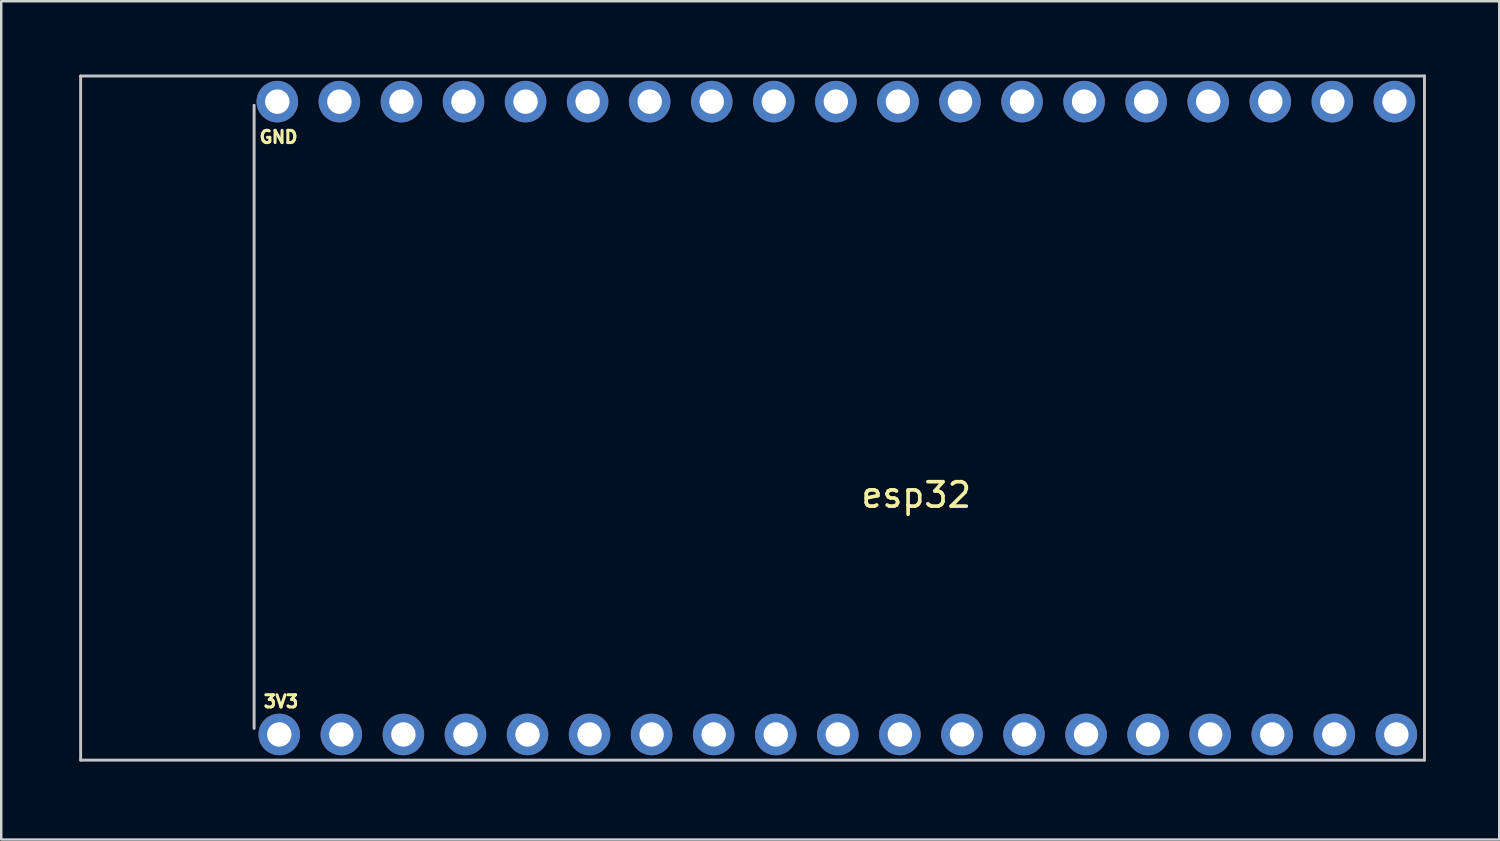
<source format=kicad_pcb>
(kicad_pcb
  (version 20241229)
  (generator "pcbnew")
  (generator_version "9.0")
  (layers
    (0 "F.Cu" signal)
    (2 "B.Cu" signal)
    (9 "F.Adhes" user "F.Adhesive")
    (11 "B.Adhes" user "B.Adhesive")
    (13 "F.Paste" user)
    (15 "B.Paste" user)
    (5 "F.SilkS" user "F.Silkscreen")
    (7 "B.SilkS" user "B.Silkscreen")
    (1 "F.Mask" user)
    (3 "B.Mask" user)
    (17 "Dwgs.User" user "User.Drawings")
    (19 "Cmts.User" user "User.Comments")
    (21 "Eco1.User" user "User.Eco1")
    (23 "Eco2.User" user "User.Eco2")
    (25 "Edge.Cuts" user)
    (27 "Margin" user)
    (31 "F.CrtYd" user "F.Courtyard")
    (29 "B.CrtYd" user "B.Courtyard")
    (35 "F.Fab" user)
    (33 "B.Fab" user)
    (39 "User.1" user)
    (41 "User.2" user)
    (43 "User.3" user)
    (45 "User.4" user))
  (footprint "esp32"
    (layer "F.Cu")
    (at 0.25 28.06)
    (property "Reference" "esp32" (at 34.2 -10.85 0) (layer "F.SilkS") (effects (font (size 1 1) (thickness 0.15))))
    (attr through_hole)
    (fp_line (start 0 -28) (end 0 0) (stroke (width 0.12) (type solid)) (layer "Dwgs.User"))
    (fp_line (start 0 0) (end 55 0) (stroke (width 0.12) (type solid)) (layer "Dwgs.User"))
    (fp_line (start 7.1 -26.8) (end 7.1 -1.3) (stroke (width 0.12) (type solid)) (layer "Dwgs.User"))
    (fp_line (start 55 -28) (end 0 -28) (stroke (width 0.12) (type solid)) (layer "Dwgs.User"))
    (fp_line (start 55 0) (end 55 -28) (stroke (width 0.12) (type solid)) (layer "Dwgs.User"))
    (fp_text user "3V3" (at 8.2 -2.4 0) (layer "F.SilkS") (effects (font (size 0.5 0.5) (thickness 0.125))))
    (fp_text user "GND" (at 8.1 -25.5 0) (layer "F.SilkS") (effects (font (size 0.5 0.5) (thickness 0.125))))
    (pad "1" thru_hole circle (at 8.13 -1.05) (size 1.7 1.7) (drill 1) (layers "*.Cu" "*.Mask"))
    (pad "2" thru_hole circle (at 10.67 -1.05) (size 1.7 1.7) (drill 1) (layers "*.Cu" "*.Mask"))
    (pad "3" thru_hole circle (at 13.21 -1.05) (size 1.7 1.7) (drill 1) (layers "*.Cu" "*.Mask"))
    (pad "4" thru_hole circle (at 15.75 -1.05) (size 1.7 1.7) (drill 1) (layers "*.Cu" "*.Mask"))
    (pad "5" thru_hole circle (at 18.29 -1.05) (size 1.7 1.7) (drill 1) (layers "*.Cu" "*.Mask"))
    (pad "6" thru_hole circle (at 20.83 -1.05) (size 1.7 1.7) (drill 1) (layers "*.Cu" "*.Mask"))
    (pad "7" thru_hole circle (at 23.37 -1.05) (size 1.7 1.7) (drill 1) (layers "*.Cu" "*.Mask"))
    (pad "8" thru_hole circle (at 25.91 -1.05) (size 1.7 1.7) (drill 1) (layers "*.Cu" "*.Mask"))
    (pad "9" thru_hole circle (at 28.45 -1.05) (size 1.7 1.7) (drill 1) (layers "*.Cu" "*.Mask"))
    (pad "10" thru_hole circle (at 30.99 -1.05) (size 1.7 1.7) (drill 1) (layers "*.Cu" "*.Mask"))
    (pad "11" thru_hole circle (at 33.53 -1.05) (size 1.7 1.7) (drill 1) (layers "*.Cu" "*.Mask"))
    (pad "12" thru_hole circle (at 36.07 -1.05) (size 1.7 1.7) (drill 1) (layers "*.Cu" "*.Mask"))
    (pad "13" thru_hole circle (at 38.61 -1.05) (size 1.7 1.7) (drill 1) (layers "*.Cu" "*.Mask"))
    (pad "14" thru_hole circle (at 41.15 -1.05) (size 1.7 1.7) (drill 1) (layers "*.Cu" "*.Mask"))
    (pad "15" thru_hole circle (at 43.69 -1.05) (size 1.7 1.7) (drill 1) (layers "*.Cu" "*.Mask"))
    (pad "16" thru_hole circle (at 46.23 -1.05) (size 1.7 1.7) (drill 1) (layers "*.Cu" "*.Mask"))
    (pad "17" thru_hole circle (at 48.77 -1.05) (size 1.7 1.7) (drill 1) (layers "*.Cu" "*.Mask"))
    (pad "18" thru_hole circle (at 51.31 -1.05) (size 1.7 1.7) (drill 1) (layers "*.Cu" "*.Mask"))
    (pad "19" thru_hole circle (at 53.85 -1.05) (size 1.7 1.7) (drill 1) (layers "*.Cu" "*.Mask"))
    (pad "20" thru_hole circle (at 53.77 -26.95) (size 1.7 1.7) (drill 1) (layers "*.Cu" "*.Mask"))
    (pad "21" thru_hole circle (at 51.23 -26.95) (size 1.7 1.7) (drill 1) (layers "*.Cu" "*.Mask"))
    (pad "22" thru_hole circle (at 48.69 -26.95) (size 1.7 1.7) (drill 1) (layers "*.Cu" "*.Mask"))
    (pad "23" thru_hole circle (at 46.15 -26.95) (size 1.7 1.7) (drill 1) (layers "*.Cu" "*.Mask"))
    (pad "24" thru_hole circle (at 43.61 -26.95) (size 1.7 1.7) (drill 1) (layers "*.Cu" "*.Mask"))
    (pad "25" thru_hole circle (at 41.07 -26.95) (size 1.7 1.7) (drill 1) (layers "*.Cu" "*.Mask"))
    (pad "26" thru_hole circle (at 38.53 -26.95) (size 1.7 1.7) (drill 1) (layers "*.Cu" "*.Mask"))
    (pad "27" thru_hole circle (at 35.99 -26.95) (size 1.7 1.7) (drill 1) (layers "*.Cu" "*.Mask"))
    (pad "28" thru_hole circle (at 33.45 -26.95) (size 1.7 1.7) (drill 1) (layers "*.Cu" "*.Mask"))
    (pad "29" thru_hole circle (at 30.91 -26.95) (size 1.7 1.7) (drill 1) (layers "*.Cu" "*.Mask"))
    (pad "30" thru_hole circle (at 28.37 -26.95) (size 1.7 1.7) (drill 1) (layers "*.Cu" "*.Mask"))
    (pad "31" thru_hole circle (at 25.83 -26.95) (size 1.7 1.7) (drill 1) (layers "*.Cu" "*.Mask"))
    (pad "32" thru_hole circle (at 23.29 -26.95) (size 1.7 1.7) (drill 1) (layers "*.Cu" "*.Mask"))
    (pad "33" thru_hole circle (at 20.75 -26.95) (size 1.7 1.7) (drill 1) (layers "*.Cu" "*.Mask"))
    (pad "34" thru_hole circle (at 18.21 -26.95) (size 1.7 1.7) (drill 1) (layers "*.Cu" "*.Mask"))
    (pad "35" thru_hole circle (at 15.67 -26.95) (size 1.7 1.7) (drill 1) (layers "*.Cu" "*.Mask"))
    (pad "36" thru_hole circle (at 13.13 -26.95) (size 1.7 1.7) (drill 1) (layers "*.Cu" "*.Mask"))
    (pad "37" thru_hole circle (at 10.59 -26.95) (size 1.7 1.7) (drill 1) (layers "*.Cu" "*.Mask"))
    (pad "38" thru_hole circle (at 8.05 -26.95) (size 1.7 1.7) (drill 1) (layers "*.Cu" "*.Mask")))
  (gr_rect
    (start -3 -3)
    (end 58.31 31.31)
    (stroke (width 0.1) (type default))
    (fill no)
    (layer "Edge.Cuts")))
</source>
